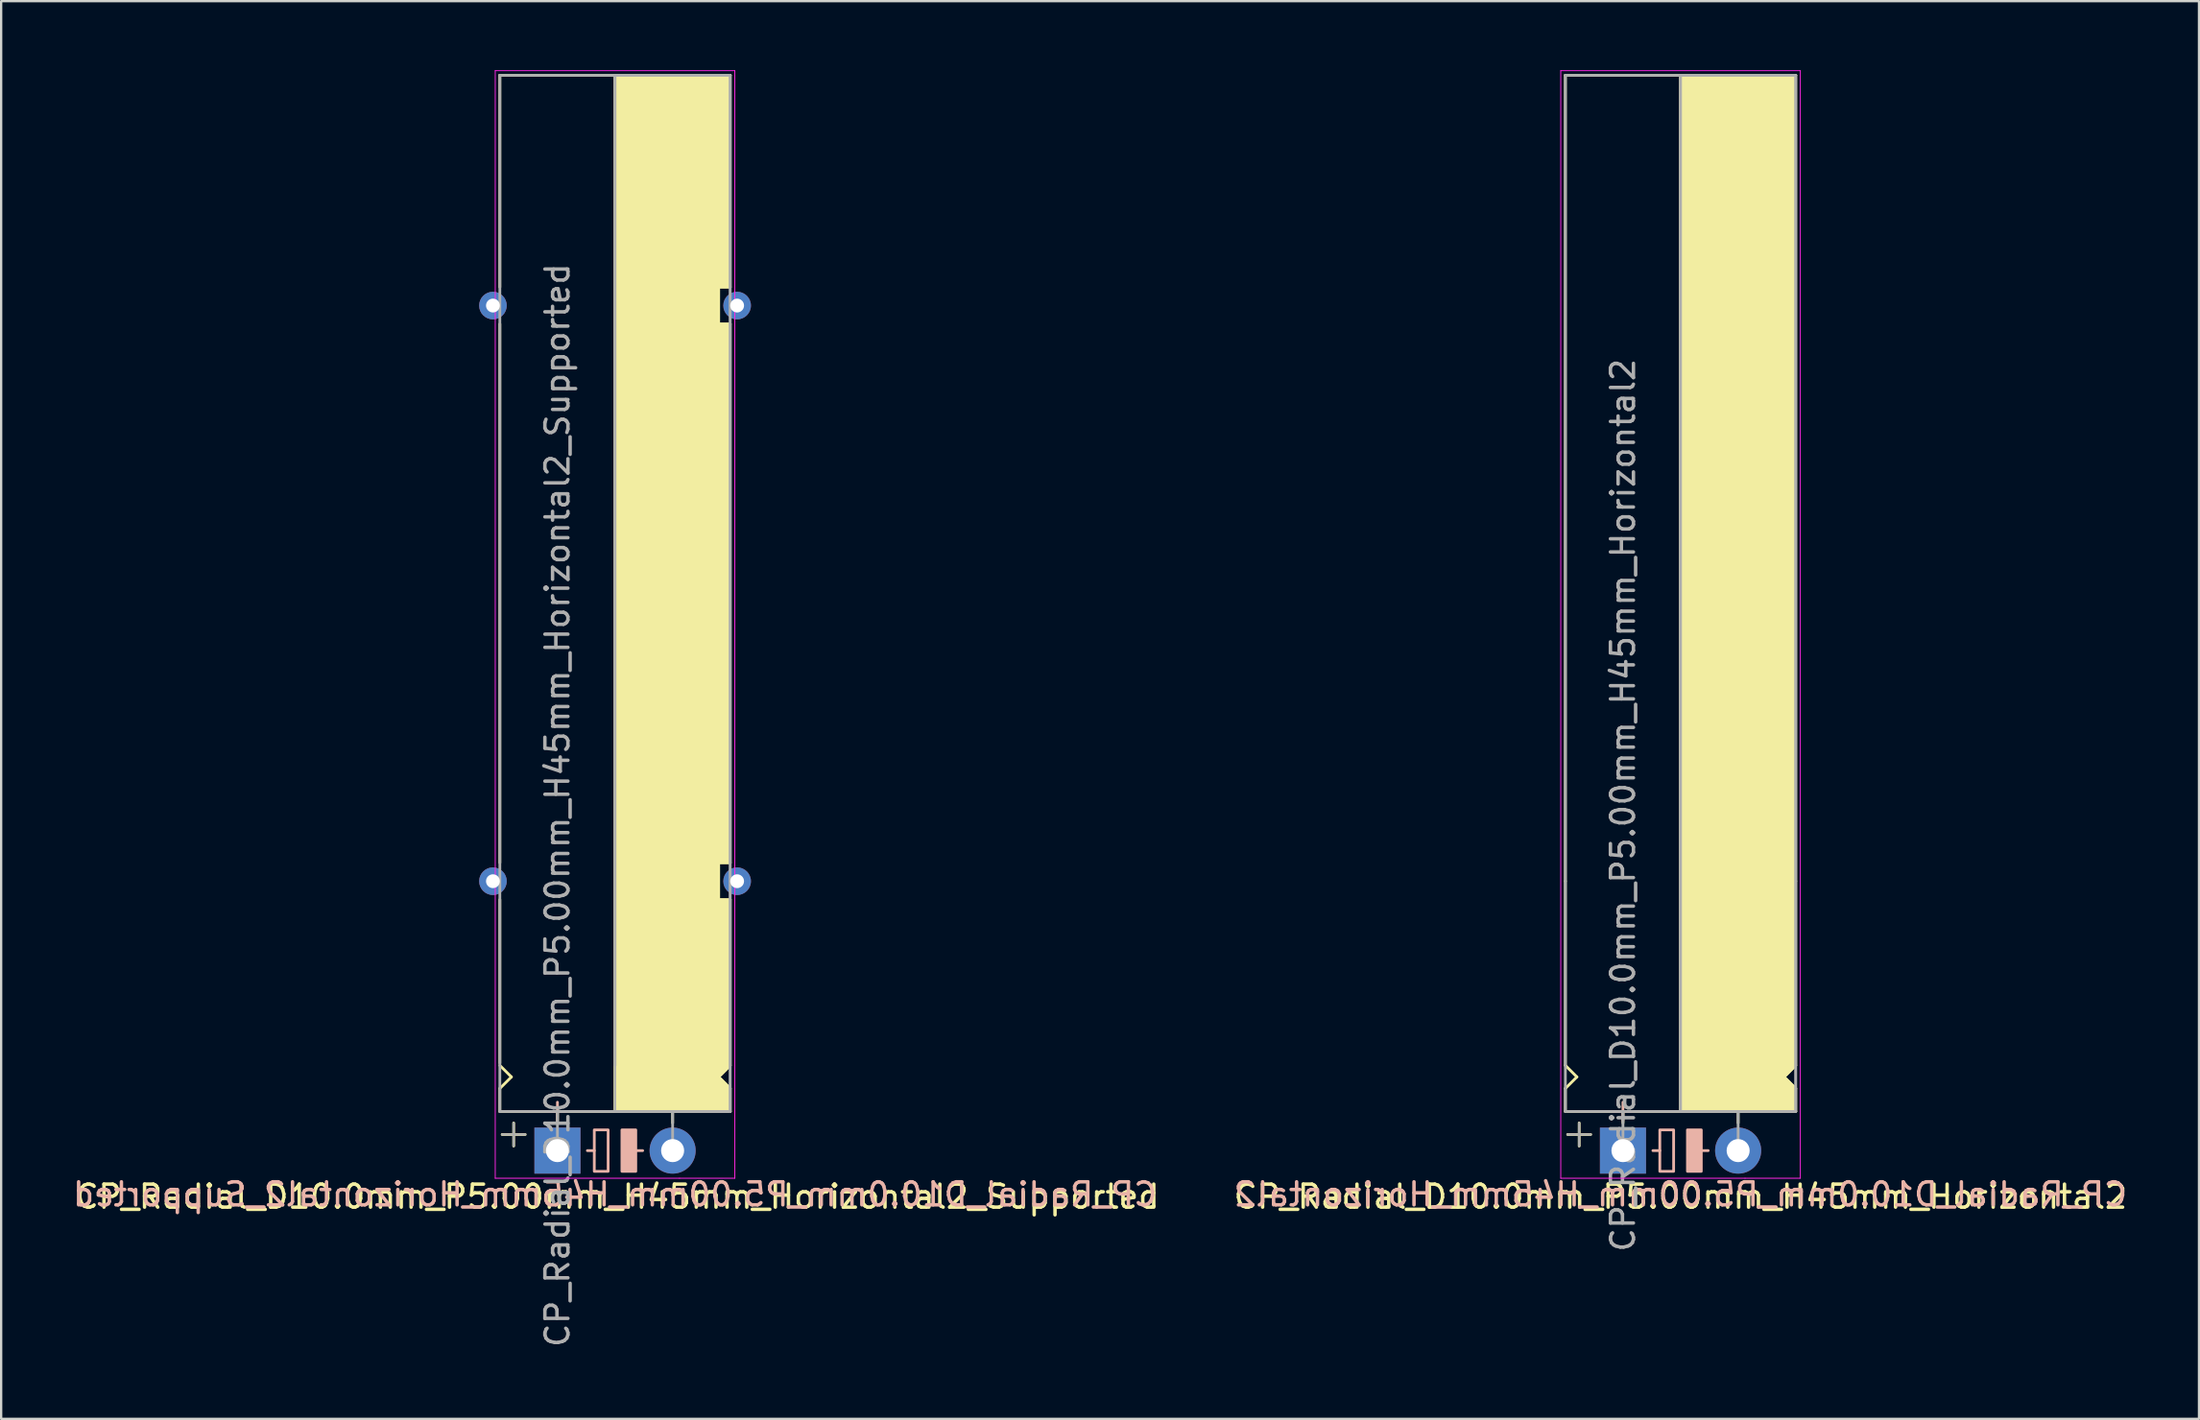
<source format=kicad_pcb>
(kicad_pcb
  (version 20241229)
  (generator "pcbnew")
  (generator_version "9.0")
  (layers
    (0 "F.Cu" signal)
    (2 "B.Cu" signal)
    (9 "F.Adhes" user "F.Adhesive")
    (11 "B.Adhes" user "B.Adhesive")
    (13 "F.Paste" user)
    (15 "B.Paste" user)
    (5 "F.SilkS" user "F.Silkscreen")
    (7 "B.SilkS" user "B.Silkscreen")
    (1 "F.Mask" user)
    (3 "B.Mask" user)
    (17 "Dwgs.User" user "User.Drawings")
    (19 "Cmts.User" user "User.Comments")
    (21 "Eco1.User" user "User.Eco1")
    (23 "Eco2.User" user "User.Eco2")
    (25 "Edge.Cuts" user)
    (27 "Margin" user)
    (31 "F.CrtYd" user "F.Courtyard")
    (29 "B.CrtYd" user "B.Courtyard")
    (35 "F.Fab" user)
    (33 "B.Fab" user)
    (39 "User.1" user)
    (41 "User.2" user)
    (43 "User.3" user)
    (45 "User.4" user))
  (footprint "CP_Radial_D10.0mm_P5.00mm_H45mm_Horizontal2"
    (layer "F.Cu")
    (at 67.404 46.92)
    (property "Reference" "CP_Radial_D10.0mm_P5.00mm_H45mm_Horizontal2" (at 2.5 2 0) (layer "F.SilkS") (effects (font (size 1 1) (thickness 0.15))))
    (fp_line (start -2.5 -46.7) (end 7.5 -46.7) (stroke (width 0.12) (type solid)) (layer "F.SilkS"))
    (fp_line (start -2.5 -11.7) (end -2.5 -46.7) (stroke (width 0.12) (type solid)) (layer "F.SilkS"))
    (fp_line (start -2.5 -3.7) (end -2.5 -11.7) (stroke (width 0.12) (type solid)) (layer "F.SilkS"))
    (fp_line (start -2.5 -2.7) (end -2 -3.2) (stroke (width 0.12) (type solid)) (layer "F.SilkS"))
    (fp_line (start -2.5 -1.7) (end -2.5 -2.7) (stroke (width 0.12) (type solid)) (layer "F.SilkS"))
    (fp_line (start -2 -3.2) (end -2.5 -3.7) (stroke (width 0.12) (type solid)) (layer "F.SilkS"))
    (fp_line (start -1.9 -1.2) (end -1.9 -0.2) (stroke (width 0.12) (type solid)) (layer "F.SilkS"))
    (fp_line (start -1.4 -0.7) (end -2.4 -0.7) (stroke (width 0.12) (type solid)) (layer "F.SilkS"))
    (fp_line (start 0 -1.7) (end 0 -1.2) (stroke (width 0.12) (type solid)) (layer "F.SilkS"))
    (fp_line (start 2.5 -46.7) (end 2.5 -1.7) (stroke (width 0.12) (type solid)) (layer "F.SilkS"))
    (fp_line (start 2.5 -1.7) (end -2.5 -1.7) (stroke (width 0.12) (type solid)) (layer "F.SilkS"))
    (fp_line (start 5 -1.7) (end 5 -1.2) (stroke (width 0.12) (type solid)) (layer "F.SilkS"))
    (fp_line (start 7 -3.2) (end 7.5 -3.7) (stroke (width 0.12) (type solid)) (layer "F.SilkS"))
    (fp_line (start 7.5 -11.7) (end 7.5 -46.7) (stroke (width 0.12) (type solid)) (layer "F.SilkS"))
    (fp_line (start 7.5 -3.7) (end 7.5 -11.7) (stroke (width 0.12) (type solid)) (layer "F.SilkS"))
    (fp_line (start 7.5 -2.7) (end 7 -3.2) (stroke (width 0.12) (type solid)) (layer "F.SilkS"))
    (fp_line (start 7.5 -1.7) (end 2.5 -1.7) (stroke (width 0.12) (type solid)) (layer "F.SilkS"))
    (fp_line (start 7.5 -1.7) (end 7.5 -2.7) (stroke (width 0.12) (type solid)) (layer "F.SilkS"))
    (fp_poly (pts (xy 7.5 -2.7) (xy 7 -3.2) (xy 7.5 -3.7) (xy 7.5 -46.7) (xy 2.5 -46.7) (xy 2.5 -1.7) (xy 7.5 -1.7)) (stroke (width 0.1) (type solid)) (fill yes) (layer "F.SilkS"))
    (fp_line (start 0 -2.1) (end 0 -1.3) (stroke (width 0.12) (type solid)) (layer "B.SilkS"))
    (fp_line (start 0.4 -1.7) (end -0.4 -1.7) (stroke (width 0.12) (type solid)) (layer "B.SilkS"))
    (fp_line (start 1.6 0) (end 1.3 0) (stroke (width 0.12) (type solid)) (layer "B.SilkS"))
    (fp_line (start 3.7 0) (end 3.4 0) (stroke (width 0.12) (type solid)) (layer "B.SilkS"))
    (fp_rect (start 2.2 -0.9) (end 1.6 0.9) (stroke (width 0.12) (type solid)) (fill no) (layer "B.SilkS"))
    (fp_rect (start 3.4 -0.9) (end 2.8 0.9) (stroke (width 0.12) (type solid)) (fill yes) (layer "B.SilkS"))
    (fp_line (start -2.7 -46.9) (end -2.7 1.2) (stroke (width 0.04) (type solid)) (layer "F.CrtYd"))
    (fp_line (start -2.7 1.2) (end 5.3 1.2) (stroke (width 0.04) (type solid)) (layer "F.CrtYd"))
    (fp_line (start 5.3 1.2) (end 7.7 1.2) (stroke (width 0.04) (type solid)) (layer "F.CrtYd"))
    (fp_line (start 7.7 -46.9) (end -2.7 -46.9) (stroke (width 0.04) (type solid)) (layer "F.CrtYd"))
    (fp_line (start 7.7 1.2) (end 7.7 -46.9) (stroke (width 0.04) (type solid)) (layer "F.CrtYd"))
    (fp_line (start -2.5 -46.7) (end 7.5 -46.7) (stroke (width 0.12) (type solid)) (layer "F.Fab"))
    (fp_line (start -2.5 -1.7) (end -2.5 -46.7) (stroke (width 0.12) (type solid)) (layer "F.Fab"))
    (fp_line (start -2.4 -0.7) (end -1.4 -0.7) (stroke (width 0.1) (type solid)) (layer "F.Fab"))
    (fp_line (start -1.9 -0.2) (end -1.9 -1.2) (stroke (width 0.1) (type solid)) (layer "F.Fab"))
    (fp_line (start 0 -1.7) (end 0 0) (stroke (width 0.12) (type solid)) (layer "F.Fab"))
    (fp_line (start 2.5 -1.7) (end 2.5 -46.7) (stroke (width 0.12) (type solid)) (layer "F.Fab"))
    (fp_line (start 5 -1.7) (end 5 0) (stroke (width 0.12) (type solid)) (layer "F.Fab"))
    (fp_line (start 7.5 -46.7) (end 7.5 -1.7) (stroke (width 0.12) (type solid)) (layer "F.Fab"))
    (fp_line (start 7.5 -1.7) (end -2.5 -1.7) (stroke (width 0.12) (type solid)) (layer "F.Fab"))
    (fp_poly (pts (xy 7.5 -46.7) (xy 2.5 -46.7) (xy 2.5 -1.7) (xy 7.5 -1.7)) (stroke (width 0.1) (type solid)) (fill no) (layer "F.Fab"))
    (fp_text user "${REFERENCE}" (at 2.5 1.9 0) (layer "B.SilkS") (effects (font (size 1 1) (thickness 0.15)) (justify mirror)))
    (fp_text user "${REFERENCE}" (at 0 -15 90) (layer "F.Fab") (effects (font (size 1 1) (thickness 0.15))))
    (pad "1" thru_hole rect (at 0 0) (size 2 2) (drill 1) (layers "*.Cu" "*.Mask"))
    (pad "2" thru_hole circle (at 5 0) (size 2 2) (drill 1) (layers "*.Cu" "*.Mask")))
  (footprint "CP_Radial_D10.0mm_P5.00mm_H45mm_Horizontal2_Supported"
    (layer "F.Cu")
    (at 21.149 46.92)
    (property "Reference" "CP_Radial_D10.0mm_P5.00mm_H45mm_Horizontal2_Supported" (at 2.6 2 0) (layer "F.SilkS") (effects (font (size 1 1) (thickness 0.15))))
    (fp_line (start -2.5 -46.7) (end 7.5 -46.7) (stroke (width 0.12) (type solid)) (layer "F.SilkS"))
    (fp_line (start -2.5 -37.5) (end -2.5 -46.7) (stroke (width 0.12) (type solid)) (layer "F.SilkS"))
    (fp_line (start -2.5 -12.5) (end -2.5 -35.9) (stroke (width 0.12) (type solid)) (layer "F.SilkS"))
    (fp_line (start -2.5 -3.8) (end -2.5 -10.9) (stroke (width 0.12) (type solid)) (layer "F.SilkS"))
    (fp_line (start -2.5 -2.7) (end -2 -3.2) (stroke (width 0.12) (type solid)) (layer "F.SilkS"))
    (fp_line (start -2.5 -1.7) (end -2.5 -2.7) (stroke (width 0.12) (type solid)) (layer "F.SilkS"))
    (fp_line (start -2 -3.2) (end -2.5 -3.7) (stroke (width 0.12) (type solid)) (layer "F.SilkS"))
    (fp_line (start -1.9 -1.2) (end -1.9 -0.2) (stroke (width 0.12) (type solid)) (layer "F.SilkS"))
    (fp_line (start -1.4 -0.7) (end -2.4 -0.7) (stroke (width 0.12) (type solid)) (layer "F.SilkS"))
    (fp_line (start 0 -1.7) (end 0 -1.2) (stroke (width 0.12) (type solid)) (layer "F.SilkS"))
    (fp_line (start 2.5 -46.7) (end 2.5 -1.7) (stroke (width 0.12) (type solid)) (layer "F.SilkS"))
    (fp_line (start 2.5 -1.7) (end -2.5 -1.7) (stroke (width 0.12) (type solid)) (layer "F.SilkS"))
    (fp_line (start 5 -1.7) (end 5 -1.2) (stroke (width 0.12) (type solid)) (layer "F.SilkS"))
    (fp_line (start 7 -37.5) (end 7.5 -37.5) (stroke (width 0.12) (type solid)) (layer "F.SilkS"))
    (fp_line (start 7 -35.9) (end 7 -37.5) (stroke (width 0.12) (type solid)) (layer "F.SilkS"))
    (fp_line (start 7 -12.5) (end 7.5 -12.5) (stroke (width 0.12) (type solid)) (layer "F.SilkS"))
    (fp_line (start 7 -10.9) (end 7 -12.5) (stroke (width 0.12) (type solid)) (layer "F.SilkS"))
    (fp_line (start 7 -3.2) (end 7.5 -3.7) (stroke (width 0.12) (type solid)) (layer "F.SilkS"))
    (fp_line (start 7.5 -37.5) (end 7.5 -46.7) (stroke (width 0.12) (type solid)) (layer "F.SilkS"))
    (fp_line (start 7.5 -35.9) (end 7 -35.9) (stroke (width 0.12) (type solid)) (layer "F.SilkS"))
    (fp_line (start 7.5 -12.5) (end 7.5 -35.9) (stroke (width 0.12) (type solid)) (layer "F.SilkS"))
    (fp_line (start 7.5 -10.9) (end 7 -10.9) (stroke (width 0.12) (type solid)) (layer "F.SilkS"))
    (fp_line (start 7.5 -3.7) (end 7.5 -10.9) (stroke (width 0.12) (type solid)) (layer "F.SilkS"))
    (fp_line (start 7.5 -2.7) (end 7 -3.2) (stroke (width 0.12) (type solid)) (layer "F.SilkS"))
    (fp_line (start 7.5 -1.7) (end 2.5 -1.7) (stroke (width 0.12) (type solid)) (layer "F.SilkS"))
    (fp_line (start 7.5 -1.7) (end 7.5 -2.7) (stroke (width 0.12) (type solid)) (layer "F.SilkS"))
    (fp_poly (pts (xy 7.5 -2.7) (xy 7 -3.2) (xy 7.5 -3.7) (xy 7.5 -10.9) (xy 7 -10.9) (xy 7 -12.5) (xy 7.5 -12.5) (xy 7.5 -35.9) (xy 7 -35.9) (xy 7 -37.5) (xy 7.5 -37.5) (xy 7.5 -46.7) (xy 2.5 -46.7) (xy 2.5 -1.7) (xy 7.5 -1.7)) (stroke (width 0.1) (type solid)) (fill yes) (layer "F.SilkS"))
    (fp_line (start 0 -2.1) (end 0 -1.3) (stroke (width 0.12) (type solid)) (layer "B.SilkS"))
    (fp_line (start 0.4 -1.7) (end -0.4 -1.7) (stroke (width 0.12) (type solid)) (layer "B.SilkS"))
    (fp_line (start 1.6 0) (end 1.3 0) (stroke (width 0.12) (type solid)) (layer "B.SilkS"))
    (fp_line (start 3.7 0) (end 3.4 0) (stroke (width 0.12) (type solid)) (layer "B.SilkS"))
    (fp_rect (start 2.2 -0.9) (end 1.6 0.9) (stroke (width 0.12) (type solid)) (fill no) (layer "B.SilkS"))
    (fp_rect (start 3.4 -0.9) (end 2.8 0.9) (stroke (width 0.12) (type solid)) (fill yes) (layer "B.SilkS"))
    (fp_line (start -2.7 -46.9) (end -2.7 1.2) (stroke (width 0.04) (type solid)) (layer "F.CrtYd"))
    (fp_line (start -2.7 1.2) (end 5.3 1.2) (stroke (width 0.04) (type solid)) (layer "F.CrtYd"))
    (fp_line (start 5.3 1.2) (end 7.7 1.2) (stroke (width 0.04) (type solid)) (layer "F.CrtYd"))
    (fp_line (start 7.7 -46.9) (end -2.7 -46.9) (stroke (width 0.04) (type solid)) (layer "F.CrtYd"))
    (fp_line (start 7.7 1.2) (end 7.7 -46.9) (stroke (width 0.04) (type solid)) (layer "F.CrtYd"))
    (fp_line (start -2.5 -46.7) (end 7.5 -46.7) (stroke (width 0.12) (type solid)) (layer "F.Fab"))
    (fp_line (start -2.5 -1.7) (end -2.5 -46.7) (stroke (width 0.12) (type solid)) (layer "F.Fab"))
    (fp_line (start -2.4 -0.7) (end -1.4 -0.7) (stroke (width 0.1) (type solid)) (layer "F.Fab"))
    (fp_line (start -1.9 -0.2) (end -1.9 -1.2) (stroke (width 0.1) (type solid)) (layer "F.Fab"))
    (fp_line (start 0 -1.7) (end 0 0) (stroke (width 0.12) (type solid)) (layer "F.Fab"))
    (fp_line (start 2.5 -3.7) (end 2.5 -46.7) (stroke (width 0.12) (type solid)) (layer "F.Fab"))
    (fp_line (start 5 -1.7) (end 5 0) (stroke (width 0.12) (type solid)) (layer "F.Fab"))
    (fp_line (start 7.5 -46.7) (end 7.5 -1.7) (stroke (width 0.12) (type solid)) (layer "F.Fab"))
    (fp_line (start 7.5 -1.7) (end -2.5 -1.7) (stroke (width 0.12) (type solid)) (layer "F.Fab"))
    (fp_poly (pts (xy 7.5 -46.7) (xy 2.5 -46.7) (xy 2.5 -1.7) (xy 7.5 -1.7)) (stroke (width 0.1) (type solid)) (fill no) (layer "F.Fab"))
    (fp_text user "${REFERENCE}" (at 2.5 1.9 0) (layer "B.SilkS") (effects (font (size 1 1) (thickness 0.15)) (justify mirror)))
    (fp_text user "${REFERENCE}" (at 0 -15 90) (layer "F.Fab") (effects (font (size 1 1) (thickness 0.15))))
    (pad "1" thru_hole rect (at 0 0) (size 2 2) (drill 1) (layers "*.Cu" "*.Mask"))
    (pad "2" thru_hole circle (at 5 0) (size 2 2) (drill 1) (layers "*.Cu" "*.Mask"))
    (pad "~" thru_hole circle (at -2.8 -36.7 180) (size 1.2 1.2) (drill 0.6) (layers "*.Cu" "*.Mask"))
    (pad "~" thru_hole circle (at -2.8 -11.7) (size 1.2 1.2) (drill 0.6) (layers "*.Cu" "*.Mask"))
    (pad "~" thru_hole circle (at 7.8 -36.7 180) (size 1.2 1.2) (drill 0.6) (layers "*.Cu" "*.Mask"))
    (pad "~" thru_hole circle (at 7.8 -11.7 180) (size 1.2 1.2) (drill 0.6) (layers "*.Cu" "*.Mask")))
  (gr_rect
    (start -3 -3)
    (end 92.41 58.569)
    (stroke (width 0.1) (type default))
    (fill no)
    (layer "Edge.Cuts")))
</source>
